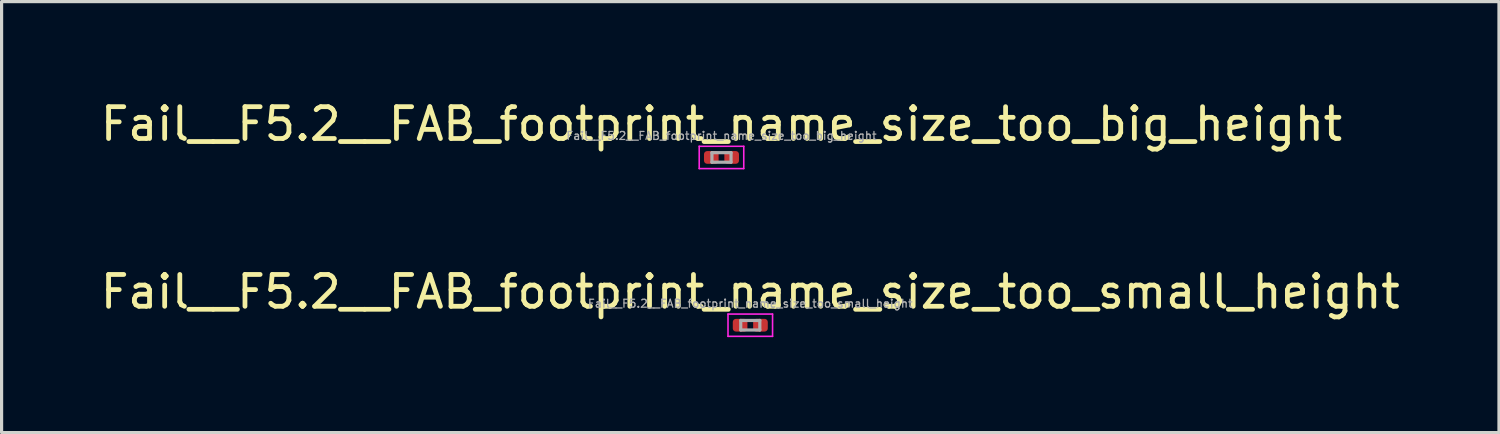
<source format=kicad_pcb>
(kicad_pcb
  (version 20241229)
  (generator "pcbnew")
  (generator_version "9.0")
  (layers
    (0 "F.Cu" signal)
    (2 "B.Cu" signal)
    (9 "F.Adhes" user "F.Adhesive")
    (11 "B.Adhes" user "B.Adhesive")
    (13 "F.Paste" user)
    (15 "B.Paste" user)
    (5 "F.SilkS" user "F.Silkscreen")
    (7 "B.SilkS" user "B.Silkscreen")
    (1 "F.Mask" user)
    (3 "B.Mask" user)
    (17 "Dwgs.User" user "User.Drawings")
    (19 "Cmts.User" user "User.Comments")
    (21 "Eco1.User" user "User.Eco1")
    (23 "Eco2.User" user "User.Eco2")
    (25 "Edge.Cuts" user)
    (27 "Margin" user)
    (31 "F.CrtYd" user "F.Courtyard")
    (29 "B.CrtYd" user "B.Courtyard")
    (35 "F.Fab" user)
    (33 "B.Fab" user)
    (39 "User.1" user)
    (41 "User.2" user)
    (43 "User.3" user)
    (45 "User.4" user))
  (footprint "Fail__F5.2__FAB_footprint_name_size_too_small_height"
    (layer "F.Cu")
    (at 20.53 7.171)
    (property "Reference" "Fail__F5.2__FAB_footprint_name_size_too_small_height" (at 0 -1.05 0) (layer "F.SilkS") (effects (font (size 1 1) (thickness 0.15))))
    (attr smd)
    (fp_line (start -0.7 -0.35) (end 0.7 -0.35) (stroke (width 0.05) (type solid)) (layer "F.CrtYd"))
    (fp_line (start -0.7 0.35) (end -0.7 -0.35) (stroke (width 0.05) (type solid)) (layer "F.CrtYd"))
    (fp_line (start 0.7 -0.35) (end 0.7 0.35) (stroke (width 0.05) (type solid)) (layer "F.CrtYd"))
    (fp_line (start 0.7 0.35) (end -0.7 0.35) (stroke (width 0.05) (type solid)) (layer "F.CrtYd"))
    (fp_line (start -0.3 -0.15) (end 0.3 -0.15) (stroke (width 0.1) (type solid)) (layer "F.Fab"))
    (fp_line (start -0.3 0.15) (end -0.3 -0.15) (stroke (width 0.1) (type solid)) (layer "F.Fab"))
    (fp_line (start 0.3 -0.15) (end 0.3 0.15) (stroke (width 0.1) (type solid)) (layer "F.Fab"))
    (fp_line (start 0.3 0.15) (end -0.3 0.15) (stroke (width 0.1) (type solid)) (layer "F.Fab"))
    (fp_text user "${REFERENCE}" (at 0 -0.68 0) (layer "F.Fab") (effects (font (size 0.25 0.25) (thickness 0.04))))
    (pad "" smd roundrect (at -0.345 0) (size 0.318 0.36) (layers "F.Paste") (roundrect_rratio 0.25))
    (pad "" smd roundrect (at 0.345 0) (size 0.318 0.36) (layers "F.Paste") (roundrect_rratio 0.25))
    (pad "1" smd roundrect (at -0.32 0) (size 0.46 0.4) (layers "F.Cu" "F.Mask") (roundrect_rratio 0.25))
    (pad "2" smd roundrect (at 0.32 0) (size 0.46 0.4) (layers "F.Cu" "F.Mask") (roundrect_rratio 0.25)))
  (footprint "Fail__F5.2__FAB_footprint_name_size_too_big_height"
    (layer "F.Cu")
    (at 19.625 1.898)
    (property "Reference" "Fail__F5.2__FAB_footprint_name_size_too_big_height" (at 0 -1.05 0) (layer "F.SilkS") (effects (font (size 1 1) (thickness 0.15))))
    (attr smd)
    (fp_line (start -0.7 -0.35) (end 0.7 -0.35) (stroke (width 0.05) (type solid)) (layer "F.CrtYd"))
    (fp_line (start -0.7 0.35) (end -0.7 -0.35) (stroke (width 0.05) (type solid)) (layer "F.CrtYd"))
    (fp_line (start 0.7 -0.35) (end 0.7 0.35) (stroke (width 0.05) (type solid)) (layer "F.CrtYd"))
    (fp_line (start 0.7 0.35) (end -0.7 0.35) (stroke (width 0.05) (type solid)) (layer "F.CrtYd"))
    (fp_line (start -0.3 -0.15) (end 0.3 -0.15) (stroke (width 0.1) (type solid)) (layer "F.Fab"))
    (fp_line (start -0.3 0.15) (end -0.3 -0.15) (stroke (width 0.1) (type solid)) (layer "F.Fab"))
    (fp_line (start 0.3 -0.15) (end 0.3 0.15) (stroke (width 0.1) (type solid)) (layer "F.Fab"))
    (fp_line (start 0.3 0.15) (end -0.3 0.15) (stroke (width 0.1) (type solid)) (layer "F.Fab"))
    (fp_text user "${REFERENCE}" (at 0 -0.68 0) (layer "F.Fab") (effects (font (size 0.25 0.25) (thickness 0.04))))
    (pad "" smd roundrect (at -0.345 0) (size 0.318 0.36) (layers "F.Paste") (roundrect_rratio 0.25))
    (pad "" smd roundrect (at 0.345 0) (size 0.318 0.36) (layers "F.Paste") (roundrect_rratio 0.25))
    (pad "1" smd roundrect (at -0.32 0) (size 0.46 0.4) (layers "F.Cu" "F.Mask") (roundrect_rratio 0.25))
    (pad "2" smd roundrect (at 0.32 0) (size 0.46 0.4) (layers "F.Cu" "F.Mask") (roundrect_rratio 0.25)))
  (gr_rect
    (start -3 -3)
    (end 44.06 10.546)
    (stroke (width 0.1) (type default))
    (fill no)
    (layer "Edge.Cuts")))
</source>
